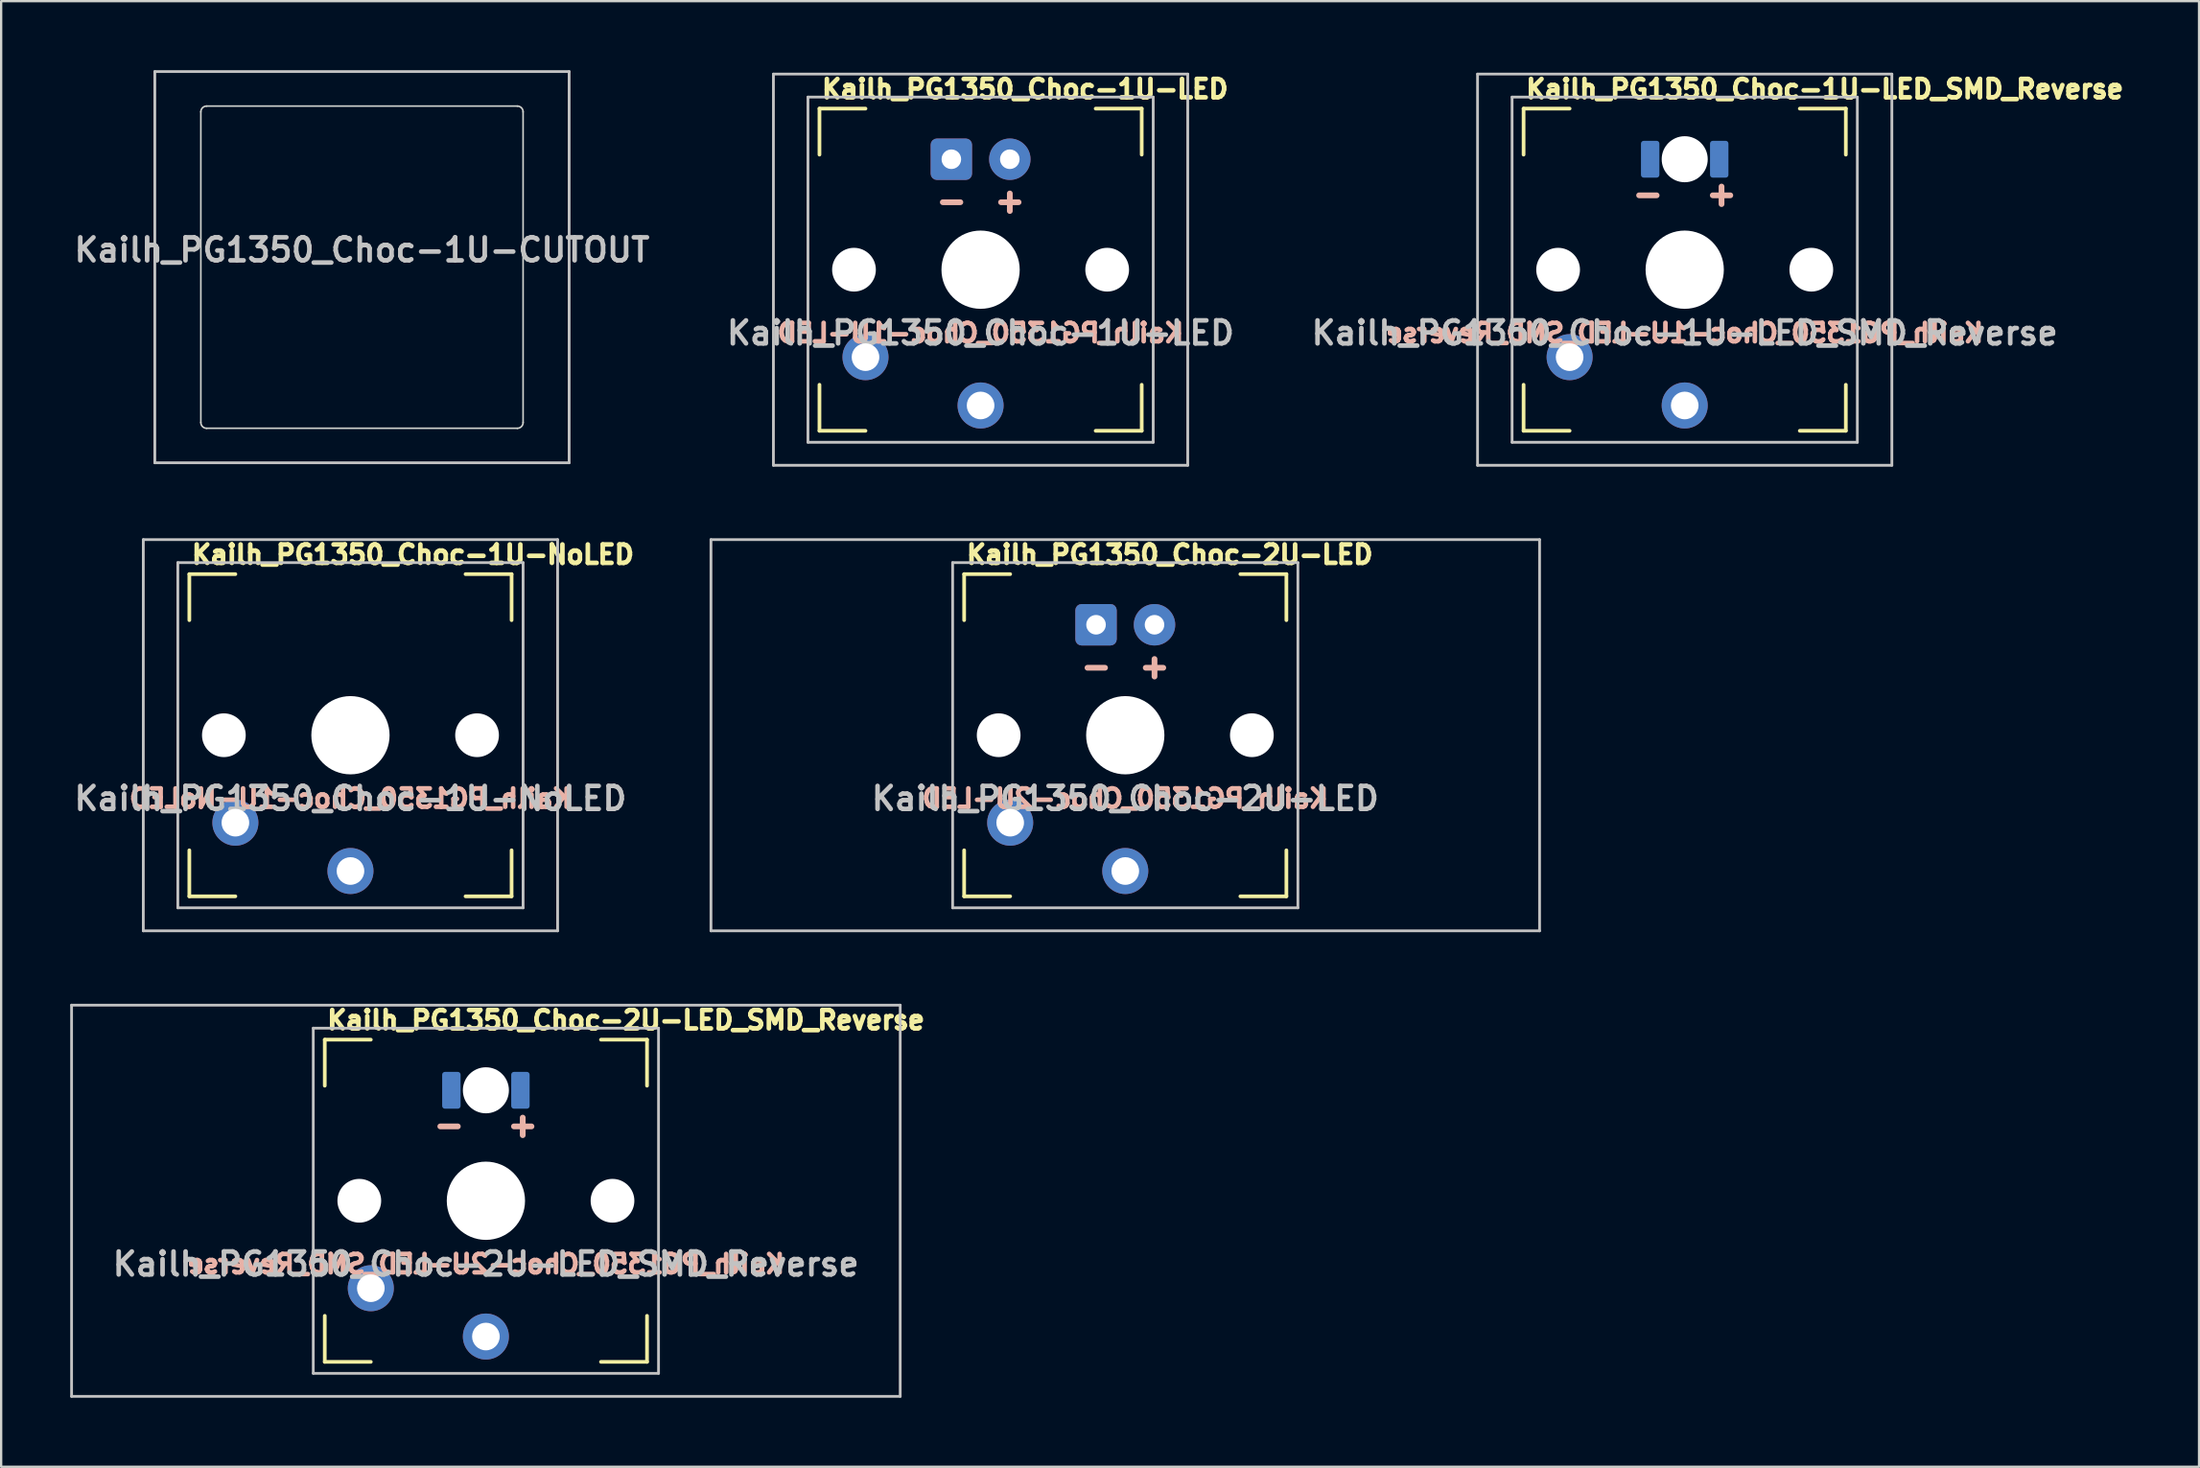
<source format=kicad_pcb>
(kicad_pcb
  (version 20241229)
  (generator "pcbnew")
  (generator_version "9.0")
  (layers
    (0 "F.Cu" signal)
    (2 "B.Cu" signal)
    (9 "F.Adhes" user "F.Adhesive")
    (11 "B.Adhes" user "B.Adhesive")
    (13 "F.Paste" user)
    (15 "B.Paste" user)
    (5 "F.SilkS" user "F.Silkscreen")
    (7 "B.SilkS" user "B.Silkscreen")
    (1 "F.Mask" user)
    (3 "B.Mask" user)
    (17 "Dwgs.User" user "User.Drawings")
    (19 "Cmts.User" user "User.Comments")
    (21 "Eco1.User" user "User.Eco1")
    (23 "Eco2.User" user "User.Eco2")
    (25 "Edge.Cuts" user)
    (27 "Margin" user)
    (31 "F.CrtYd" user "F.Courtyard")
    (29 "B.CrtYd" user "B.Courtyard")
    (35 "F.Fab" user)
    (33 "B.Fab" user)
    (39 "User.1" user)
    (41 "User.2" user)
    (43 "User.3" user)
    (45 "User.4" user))
  (footprint "Kailh_PG1350_Choc-2U-LED"
    (layer "F.Cu")
    (at 45.838 28.898)
    (property "Reference" "Kailh_PG1350_Choc-2U-LED" (at 0 2.75 180) (layer "Dwgs.User") (effects (font (size 1 1) (thickness 0.2))))
    (attr through_hole)
    (fp_line (start -7 -7) (end -7 -5) (stroke (width 0.16) (type solid)) (layer "F.SilkS"))
    (fp_line (start -7 -7) (end -5 -7) (stroke (width 0.16) (type solid)) (layer "F.SilkS"))
    (fp_line (start -7 7) (end -7 5) (stroke (width 0.16) (type solid)) (layer "F.SilkS"))
    (fp_line (start -5 7) (end -7 7) (stroke (width 0.16) (type solid)) (layer "F.SilkS"))
    (fp_line (start 5 -7) (end 7 -7) (stroke (width 0.16) (type solid)) (layer "F.SilkS"))
    (fp_line (start 7 -7) (end 7 -5) (stroke (width 0.16) (type solid)) (layer "F.SilkS"))
    (fp_line (start 7 5) (end 7 7) (stroke (width 0.16) (type solid)) (layer "F.SilkS"))
    (fp_line (start 7 7) (end 5 7) (stroke (width 0.16) (type solid)) (layer "F.SilkS"))
    (fp_line (start -18 -8.5) (end 18 -8.5) (stroke (width 0.12) (type solid)) (layer "Dwgs.User"))
    (fp_line (start -18 8.5) (end -18 -8.5) (stroke (width 0.12) (type solid)) (layer "Dwgs.User"))
    (fp_line (start -7.5 -7.5) (end 7.5 -7.5) (stroke (width 0.12) (type solid)) (layer "Dwgs.User"))
    (fp_line (start -7.5 7.5) (end -7.5 -7.5) (stroke (width 0.12) (type solid)) (layer "Dwgs.User"))
    (fp_line (start 7.5 -7.5) (end 7.5 7.5) (stroke (width 0.12) (type solid)) (layer "Dwgs.User"))
    (fp_line (start 7.5 7.5) (end -7.5 7.5) (stroke (width 0.12) (type solid)) (layer "Dwgs.User"))
    (fp_line (start 18 -8.5) (end 18 8.5) (stroke (width 0.12) (type solid)) (layer "Dwgs.User"))
    (fp_line (start 18 8.5) (end -18 8.5) (stroke (width 0.12) (type solid)) (layer "Dwgs.User"))
    (fp_line (start -7 -7) (end 7 -7) (stroke (width 0.12) (type solid)) (layer "Eco1.User"))
    (fp_line (start -7 7) (end -7 -7) (stroke (width 0.12) (type solid)) (layer "Eco1.User"))
    (fp_line (start 7 -7) (end 7 7) (stroke (width 0.12) (type solid)) (layer "Eco1.User"))
    (fp_line (start 7 7) (end -7 7) (stroke (width 0.12) (type solid)) (layer "Eco1.User"))
    (fp_text user "${REFERENCE}" (at -7 -7.85 0) (layer "F.SilkS") (effects (font (size 0.8 0.8) (thickness 0.2)) (justify left)))
    (fp_text user "+" (at 1.27 -3 180) (layer "B.SilkS") (effects (font (size 1 1) (thickness 0.25)) (justify mirror)))
    (fp_text user "-" (at -1.26 -3 180) (layer "B.SilkS") (effects (font (size 1 1) (thickness 0.25)) (justify mirror)))
    (fp_text user "${REFERENCE}" (at 0 2.75 0) (layer "B.SilkS") (effects (font (size 0.8 0.8) (thickness 0.2)) (justify mirror)))
    (pad "" np_thru_hole circle (at -5.5 0) (size 1.9 1.9) (drill 1.9) (layers "*.Cu" "*.Mask"))
    (pad "" np_thru_hole circle (at 0 0) (size 3.4 3.4) (drill 3.4) (layers "*.Cu" "*.Mask"))
    (pad "" np_thru_hole circle (at 5.5 0) (size 1.9 1.9) (drill 1.9) (layers "*.Cu" "*.Mask"))
    (pad "1" thru_hole circle (at 0 5.9 180) (size 2 2) (drill 1.2) (layers "*.Cu" "B.Mask"))
    (pad "2" thru_hole circle (at -5 3.8 41.9) (size 2 2) (drill 1.2) (layers "*.Cu" "B.Mask"))
    (pad "3" thru_hole circle (at 1.27 -4.8 180) (size 1.8 1.8) (drill 0.85) (layers "*.Cu" "B.Mask"))
    (pad "4" thru_hole roundrect (at -1.27 -4.8 180) (size 1.8 1.8) (drill 0.85) (layers "*.Cu" "B.Mask") (roundrect_rratio 0.15)))
  (footprint "Kailh_PG1350_Choc-2U-LED_SMD_Reverse"
    (layer "F.Cu")
    (at 18.06 49.127)
    (property "Reference" "Kailh_PG1350_Choc-2U-LED_SMD_Reverse" (at 0 2.75 180) (layer "Dwgs.User") (effects (font (size 1 1) (thickness 0.2))))
    (attr through_hole)
    (fp_line (start -7 -7) (end -7 -5) (stroke (width 0.16) (type solid)) (layer "F.SilkS"))
    (fp_line (start -7 -7) (end -5 -7) (stroke (width 0.16) (type solid)) (layer "F.SilkS"))
    (fp_line (start -7 7) (end -7 5) (stroke (width 0.16) (type solid)) (layer "F.SilkS"))
    (fp_line (start -5 7) (end -7 7) (stroke (width 0.16) (type solid)) (layer "F.SilkS"))
    (fp_line (start 5 -7) (end 7 -7) (stroke (width 0.16) (type solid)) (layer "F.SilkS"))
    (fp_line (start 7 -7) (end 7 -5) (stroke (width 0.16) (type solid)) (layer "F.SilkS"))
    (fp_line (start 7 5) (end 7 7) (stroke (width 0.16) (type solid)) (layer "F.SilkS"))
    (fp_line (start 7 7) (end 5 7) (stroke (width 0.16) (type solid)) (layer "F.SilkS"))
    (fp_line (start -18 -8.5) (end 18 -8.5) (stroke (width 0.12) (type solid)) (layer "Dwgs.User"))
    (fp_line (start -18 8.5) (end -18 -8.5) (stroke (width 0.12) (type solid)) (layer "Dwgs.User"))
    (fp_line (start -7.5 -7.5) (end 7.5 -7.5) (stroke (width 0.12) (type solid)) (layer "Dwgs.User"))
    (fp_line (start -7.5 7.5) (end -7.5 -7.5) (stroke (width 0.12) (type solid)) (layer "Dwgs.User"))
    (fp_line (start 7.5 -7.5) (end 7.5 7.5) (stroke (width 0.12) (type solid)) (layer "Dwgs.User"))
    (fp_line (start 7.5 7.5) (end -7.5 7.5) (stroke (width 0.12) (type solid)) (layer "Dwgs.User"))
    (fp_line (start 18 -8.5) (end 18 8.5) (stroke (width 0.12) (type solid)) (layer "Dwgs.User"))
    (fp_line (start 18 8.5) (end -18 8.5) (stroke (width 0.12) (type solid)) (layer "Dwgs.User"))
    (fp_line (start -7 -7) (end 7 -7) (stroke (width 0.12) (type solid)) (layer "Eco1.User"))
    (fp_line (start -7 7) (end -7 -7) (stroke (width 0.12) (type solid)) (layer "Eco1.User"))
    (fp_line (start 7 -7) (end 7 7) (stroke (width 0.12) (type solid)) (layer "Eco1.User"))
    (fp_line (start 7 7) (end -7 7) (stroke (width 0.12) (type solid)) (layer "Eco1.User"))
    (fp_text user "${REFERENCE}" (at -7 -7.85 0) (layer "F.SilkS") (effects (font (size 0.8 0.8) (thickness 0.2)) (justify left)))
    (fp_text user "-" (at -1.6 -3.3 180) (layer "B.SilkS") (effects (font (size 1 1) (thickness 0.25)) (justify mirror)))
    (fp_text user "${REFERENCE}" (at 0 2.75 0) (layer "B.SilkS") (effects (font (size 0.8 0.8) (thickness 0.2)) (justify mirror)))
    (fp_text user "+" (at 1.6 -3.3 180) (layer "B.SilkS") (effects (font (size 1 1) (thickness 0.25)) (justify mirror)))
    (pad "" np_thru_hole circle (at -5.5 0) (size 1.9 1.9) (drill 1.9) (layers "*.Cu" "*.Mask"))
    (pad "" np_thru_hole circle (at 0 -4.8) (size 2 2) (drill 2) (layers "*.Cu" "*.Mask"))
    (pad "" np_thru_hole circle (at 0 0) (size 3.4 3.4) (drill 3.4) (layers "*.Cu" "*.Mask"))
    (pad "" np_thru_hole circle (at 5.5 0) (size 1.9 1.9) (drill 1.9) (layers "*.Cu" "*.Mask"))
    (pad "1" thru_hole circle (at 0 5.9 180) (size 2 2) (drill 1.2) (layers "*.Cu" "B.Mask"))
    (pad "2" thru_hole circle (at -5 3.8 41.9) (size 2 2) (drill 1.2) (layers "*.Cu" "B.Mask"))
    (pad "3" smd roundrect (at 1.5 -4.8 180) (size 0.8 1.6) (layers "B.Cu" "B.Mask" "B.Paste") (roundrect_rratio 0.15))
    (pad "4" smd roundrect (at -1.5 -4.8 180) (size 0.8 1.6) (layers "B.Cu" "B.Mask" "B.Paste") (roundrect_rratio 0.15)))
  (footprint "Kailh_PG1350_Choc-1U-CUTOUT"
    (layer "F.Cu")
    (at 12.676 8.56)
    (property "Reference" "Kailh_PG1350_Choc-1U-CUTOUT" (at 0 -0.75 180) (layer "Dwgs.User") (effects (font (size 1 1) (thickness 0.2))))
    (attr through_hole)
    (fp_line (start -9 -8.5) (end 9 -8.5) (stroke (width 0.12) (type solid)) (layer "Dwgs.User"))
    (fp_line (start -9 8.5) (end -9 -8.5) (stroke (width 0.12) (type solid)) (layer "Dwgs.User"))
    (fp_line (start 9 -8.5) (end 9 8.5) (stroke (width 0.12) (type solid)) (layer "Dwgs.User"))
    (fp_line (start 9 8.5) (end -9 8.5) (stroke (width 0.12) (type solid)) (layer "Dwgs.User"))
    (fp_line (start -7 6.75) (end -7 -6.75) (stroke (width 0.07) (type solid)) (layer "Edge.Cuts"))
    (fp_line (start -6.75 -7) (end 6.75 -7) (stroke (width 0.07) (type solid)) (layer "Edge.Cuts"))
    (fp_line (start 6.75 7) (end -6.75 7) (stroke (width 0.07) (type solid)) (layer "Edge.Cuts"))
    (fp_line (start 7 -6.75) (end 7 6.75) (stroke (width 0.07) (type solid)) (layer "Edge.Cuts"))
    (fp_arc (start -7 -6.75) (mid -6.926777 -6.926777) (end -6.75 -7) (stroke (width 0.07) (type solid)) (layer "Edge.Cuts"))
    (fp_arc (start -6.75 7) (mid -6.926777 6.926777) (end -7 6.75) (stroke (width 0.07) (type solid)) (layer "Edge.Cuts"))
    (fp_arc (start 6.75 -7) (mid 6.926777 -6.926777) (end 7 -6.75) (stroke (width 0.07) (type solid)) (layer "Edge.Cuts"))
    (fp_arc (start 7 6.75) (mid 6.926777 6.926777) (end 6.75 7) (stroke (width 0.07) (type solid)) (layer "Edge.Cuts")))
  (footprint "Kailh_PG1350_Choc-1U-LED_SMD_Reverse"
    (layer "F.Cu")
    (at 70.143 8.669)
    (property "Reference" "Kailh_PG1350_Choc-1U-LED_SMD_Reverse" (at 0 2.75 180) (layer "Dwgs.User") (effects (font (size 1 1) (thickness 0.2))))
    (attr through_hole)
    (fp_line (start -7 -7) (end -7 -5) (stroke (width 0.16) (type solid)) (layer "F.SilkS"))
    (fp_line (start -7 -7) (end -5 -7) (stroke (width 0.16) (type solid)) (layer "F.SilkS"))
    (fp_line (start -7 7) (end -7 5) (stroke (width 0.16) (type solid)) (layer "F.SilkS"))
    (fp_line (start -5 7) (end -7 7) (stroke (width 0.16) (type solid)) (layer "F.SilkS"))
    (fp_line (start 5 -7) (end 7 -7) (stroke (width 0.16) (type solid)) (layer "F.SilkS"))
    (fp_line (start 7 -7) (end 7 -5) (stroke (width 0.16) (type solid)) (layer "F.SilkS"))
    (fp_line (start 7 5) (end 7 7) (stroke (width 0.16) (type solid)) (layer "F.SilkS"))
    (fp_line (start 7 7) (end 5 7) (stroke (width 0.16) (type solid)) (layer "F.SilkS"))
    (fp_line (start -9 -8.5) (end 9 -8.5) (stroke (width 0.12) (type solid)) (layer "Dwgs.User"))
    (fp_line (start -9 8.5) (end -9 -8.5) (stroke (width 0.12) (type solid)) (layer "Dwgs.User"))
    (fp_line (start -7.5 -7.5) (end 7.5 -7.5) (stroke (width 0.12) (type solid)) (layer "Dwgs.User"))
    (fp_line (start -7.5 7.5) (end -7.5 -7.5) (stroke (width 0.12) (type solid)) (layer "Dwgs.User"))
    (fp_line (start 7.5 -7.5) (end 7.5 7.5) (stroke (width 0.12) (type solid)) (layer "Dwgs.User"))
    (fp_line (start 7.5 7.5) (end -7.5 7.5) (stroke (width 0.12) (type solid)) (layer "Dwgs.User"))
    (fp_line (start 9 -8.5) (end 9 8.5) (stroke (width 0.12) (type solid)) (layer "Dwgs.User"))
    (fp_line (start 9 8.5) (end -9 8.5) (stroke (width 0.12) (type solid)) (layer "Dwgs.User"))
    (fp_line (start -7 -7) (end 7 -7) (stroke (width 0.12) (type solid)) (layer "Eco1.User"))
    (fp_line (start -7 7) (end -7 -7) (stroke (width 0.12) (type solid)) (layer "Eco1.User"))
    (fp_line (start 7 -7) (end 7 7) (stroke (width 0.12) (type solid)) (layer "Eco1.User"))
    (fp_line (start 7 7) (end -7 7) (stroke (width 0.12) (type solid)) (layer "Eco1.User"))
    (fp_text user "${REFERENCE}" (at -7 -7.85 0) (layer "F.SilkS") (effects (font (size 0.8 0.8) (thickness 0.2)) (justify left)))
    (fp_text user "-" (at -1.6 -3.3 180) (layer "B.SilkS") (effects (font (size 1 1) (thickness 0.25)) (justify mirror)))
    (fp_text user "${REFERENCE}" (at 0 2.75 0) (layer "B.SilkS") (effects (font (size 0.8 0.8) (thickness 0.2)) (justify mirror)))
    (fp_text user "+" (at 1.6 -3.3 180) (layer "B.SilkS") (effects (font (size 1 1) (thickness 0.25)) (justify mirror)))
    (pad "" np_thru_hole circle (at -5.5 0) (size 1.9 1.9) (drill 1.9) (layers "*.Cu" "*.Mask"))
    (pad "" np_thru_hole circle (at 0 -4.8) (size 2 2) (drill 2) (layers "*.Cu" "*.Mask"))
    (pad "" np_thru_hole circle (at 0 0) (size 3.4 3.4) (drill 3.4) (layers "*.Cu" "*.Mask"))
    (pad "" np_thru_hole circle (at 5.5 0) (size 1.9 1.9) (drill 1.9) (layers "*.Cu" "*.Mask"))
    (pad "1" thru_hole circle (at 0 5.9 180) (size 2 2) (drill 1.2) (layers "*.Cu" "B.Mask"))
    (pad "2" thru_hole circle (at -5 3.8 41.9) (size 2 2) (drill 1.2) (layers "*.Cu" "B.Mask"))
    (pad "3" smd roundrect (at 1.5 -4.8 180) (size 0.8 1.6) (layers "B.Cu" "B.Mask" "B.Paste") (roundrect_rratio 0.15))
    (pad "4" smd roundrect (at -1.5 -4.8 180) (size 0.8 1.6) (layers "B.Cu" "B.Mask" "B.Paste") (roundrect_rratio 0.15)))
  (footprint "Kailh_PG1350_Choc-1U-NoLED"
    (layer "F.Cu")
    (at 12.176 28.898)
    (property "Reference" "Kailh_PG1350_Choc-1U-NoLED" (at 0 2.75 180) (layer "Dwgs.User") (effects (font (size 1 1) (thickness 0.2))))
    (attr through_hole)
    (fp_line (start -7 -7) (end -7 -5) (stroke (width 0.16) (type solid)) (layer "F.SilkS"))
    (fp_line (start -7 -7) (end -5 -7) (stroke (width 0.16) (type solid)) (layer "F.SilkS"))
    (fp_line (start -7 7) (end -7 5) (stroke (width 0.16) (type solid)) (layer "F.SilkS"))
    (fp_line (start -5 7) (end -7 7) (stroke (width 0.16) (type solid)) (layer "F.SilkS"))
    (fp_line (start 5 -7) (end 7 -7) (stroke (width 0.16) (type solid)) (layer "F.SilkS"))
    (fp_line (start 7 -7) (end 7 -5) (stroke (width 0.16) (type solid)) (layer "F.SilkS"))
    (fp_line (start 7 5) (end 7 7) (stroke (width 0.16) (type solid)) (layer "F.SilkS"))
    (fp_line (start 7 7) (end 5 7) (stroke (width 0.16) (type solid)) (layer "F.SilkS"))
    (fp_line (start -9 -8.5) (end 9 -8.5) (stroke (width 0.12) (type solid)) (layer "Dwgs.User"))
    (fp_line (start -9 8.5) (end -9 -8.5) (stroke (width 0.12) (type solid)) (layer "Dwgs.User"))
    (fp_line (start -7.5 -7.5) (end 7.5 -7.5) (stroke (width 0.12) (type solid)) (layer "Dwgs.User"))
    (fp_line (start -7.5 7.5) (end -7.5 -7.5) (stroke (width 0.12) (type solid)) (layer "Dwgs.User"))
    (fp_line (start 7.5 -7.5) (end 7.5 7.5) (stroke (width 0.12) (type solid)) (layer "Dwgs.User"))
    (fp_line (start 7.5 7.5) (end -7.5 7.5) (stroke (width 0.12) (type solid)) (layer "Dwgs.User"))
    (fp_line (start 9 -8.5) (end 9 8.5) (stroke (width 0.12) (type solid)) (layer "Dwgs.User"))
    (fp_line (start 9 8.5) (end -9 8.5) (stroke (width 0.12) (type solid)) (layer "Dwgs.User"))
    (fp_line (start -7 -7) (end 7 -7) (stroke (width 0.12) (type solid)) (layer "Eco1.User"))
    (fp_line (start -7 7) (end -7 -7) (stroke (width 0.12) (type solid)) (layer "Eco1.User"))
    (fp_line (start 7 -7) (end 7 7) (stroke (width 0.12) (type solid)) (layer "Eco1.User"))
    (fp_line (start 7 7) (end -7 7) (stroke (width 0.12) (type solid)) (layer "Eco1.User"))
    (fp_text user "${REFERENCE}" (at -7 -7.85 0) (layer "F.SilkS") (effects (font (size 0.8 0.8) (thickness 0.2)) (justify left)))
    (fp_text user "${REFERENCE}" (at 0 2.75 0) (layer "B.SilkS") (effects (font (size 0.8 0.8) (thickness 0.2)) (justify mirror)))
    (pad "" np_thru_hole circle (at -5.5 0) (size 1.9 1.9) (drill 1.9) (layers "*.Cu" "*.Mask"))
    (pad "" np_thru_hole circle (at 0 0) (size 3.4 3.4) (drill 3.4) (layers "*.Cu" "*.Mask"))
    (pad "" np_thru_hole circle (at 5.5 0) (size 1.9 1.9) (drill 1.9) (layers "*.Cu" "*.Mask"))
    (pad "1" thru_hole circle (at 0 5.9 180) (size 2 2) (drill 1.2) (layers "*.Cu" "B.Mask"))
    (pad "2" thru_hole circle (at -5 3.8 41.9) (size 2 2) (drill 1.2) (layers "*.Cu" "B.Mask")))
  (footprint "Kailh_PG1350_Choc-1U-LED"
    (layer "F.Cu")
    (at 39.552 8.669)
    (property "Reference" "Kailh_PG1350_Choc-1U-LED" (at 0 2.75 180) (layer "Dwgs.User") (effects (font (size 1 1) (thickness 0.2))))
    (attr through_hole)
    (fp_line (start -7 -7) (end -7 -5) (stroke (width 0.16) (type solid)) (layer "F.SilkS"))
    (fp_line (start -7 -7) (end -5 -7) (stroke (width 0.16) (type solid)) (layer "F.SilkS"))
    (fp_line (start -7 7) (end -7 5) (stroke (width 0.16) (type solid)) (layer "F.SilkS"))
    (fp_line (start -5 7) (end -7 7) (stroke (width 0.16) (type solid)) (layer "F.SilkS"))
    (fp_line (start 5 -7) (end 7 -7) (stroke (width 0.16) (type solid)) (layer "F.SilkS"))
    (fp_line (start 7 -7) (end 7 -5) (stroke (width 0.16) (type solid)) (layer "F.SilkS"))
    (fp_line (start 7 5) (end 7 7) (stroke (width 0.16) (type solid)) (layer "F.SilkS"))
    (fp_line (start 7 7) (end 5 7) (stroke (width 0.16) (type solid)) (layer "F.SilkS"))
    (fp_line (start -9 -8.5) (end 9 -8.5) (stroke (width 0.12) (type solid)) (layer "Dwgs.User"))
    (fp_line (start -9 8.5) (end -9 -8.5) (stroke (width 0.12) (type solid)) (layer "Dwgs.User"))
    (fp_line (start -7.5 -7.5) (end 7.5 -7.5) (stroke (width 0.12) (type solid)) (layer "Dwgs.User"))
    (fp_line (start -7.5 7.5) (end -7.5 -7.5) (stroke (width 0.12) (type solid)) (layer "Dwgs.User"))
    (fp_line (start 7.5 -7.5) (end 7.5 7.5) (stroke (width 0.12) (type solid)) (layer "Dwgs.User"))
    (fp_line (start 7.5 7.5) (end -7.5 7.5) (stroke (width 0.12) (type solid)) (layer "Dwgs.User"))
    (fp_line (start 9 -8.5) (end 9 8.5) (stroke (width 0.12) (type solid)) (layer "Dwgs.User"))
    (fp_line (start 9 8.5) (end -9 8.5) (stroke (width 0.12) (type solid)) (layer "Dwgs.User"))
    (fp_line (start -7 -7) (end 7 -7) (stroke (width 0.12) (type solid)) (layer "Eco1.User"))
    (fp_line (start -7 7) (end -7 -7) (stroke (width 0.12) (type solid)) (layer "Eco1.User"))
    (fp_line (start 7 -7) (end 7 7) (stroke (width 0.12) (type solid)) (layer "Eco1.User"))
    (fp_line (start 7 7) (end -7 7) (stroke (width 0.12) (type solid)) (layer "Eco1.User"))
    (fp_text user "${REFERENCE}" (at -7 -7.85 0) (layer "F.SilkS") (effects (font (size 0.8 0.8) (thickness 0.2)) (justify left)))
    (fp_text user "+" (at 1.27 -3 180) (layer "B.SilkS") (effects (font (size 1 1) (thickness 0.25)) (justify mirror)))
    (fp_text user "${REFERENCE}" (at 0 2.75 0) (layer "B.SilkS") (effects (font (size 0.8 0.8) (thickness 0.2)) (justify mirror)))
    (fp_text user "-" (at -1.26 -3 180) (layer "B.SilkS") (effects (font (size 1 1) (thickness 0.25)) (justify mirror)))
    (pad "" np_thru_hole circle (at -5.5 0) (size 1.9 1.9) (drill 1.9) (layers "*.Cu" "*.Mask"))
    (pad "" np_thru_hole circle (at 0 0) (size 3.4 3.4) (drill 3.4) (layers "*.Cu" "*.Mask"))
    (pad "" np_thru_hole circle (at 5.5 0) (size 1.9 1.9) (drill 1.9) (layers "*.Cu" "*.Mask"))
    (pad "1" thru_hole circle (at 0 5.9 180) (size 2 2) (drill 1.2) (layers "*.Cu" "B.Mask"))
    (pad "2" thru_hole circle (at -5 3.8 41.9) (size 2 2) (drill 1.2) (layers "*.Cu" "B.Mask"))
    (pad "3" thru_hole circle (at 1.27 -4.8 180) (size 1.8 1.8) (drill 0.85) (layers "*.Cu" "B.Mask"))
    (pad "4" thru_hole roundrect (at -1.27 -4.8 180) (size 1.8 1.8) (drill 0.85) (layers "*.Cu" "B.Mask") (roundrect_rratio 0.15)))
  (gr_rect
    (start -3 -3)
    (end 92.488 60.687)
    (stroke (width 0.1) (type default))
    (fill no)
    (layer "Edge.Cuts")))
</source>
